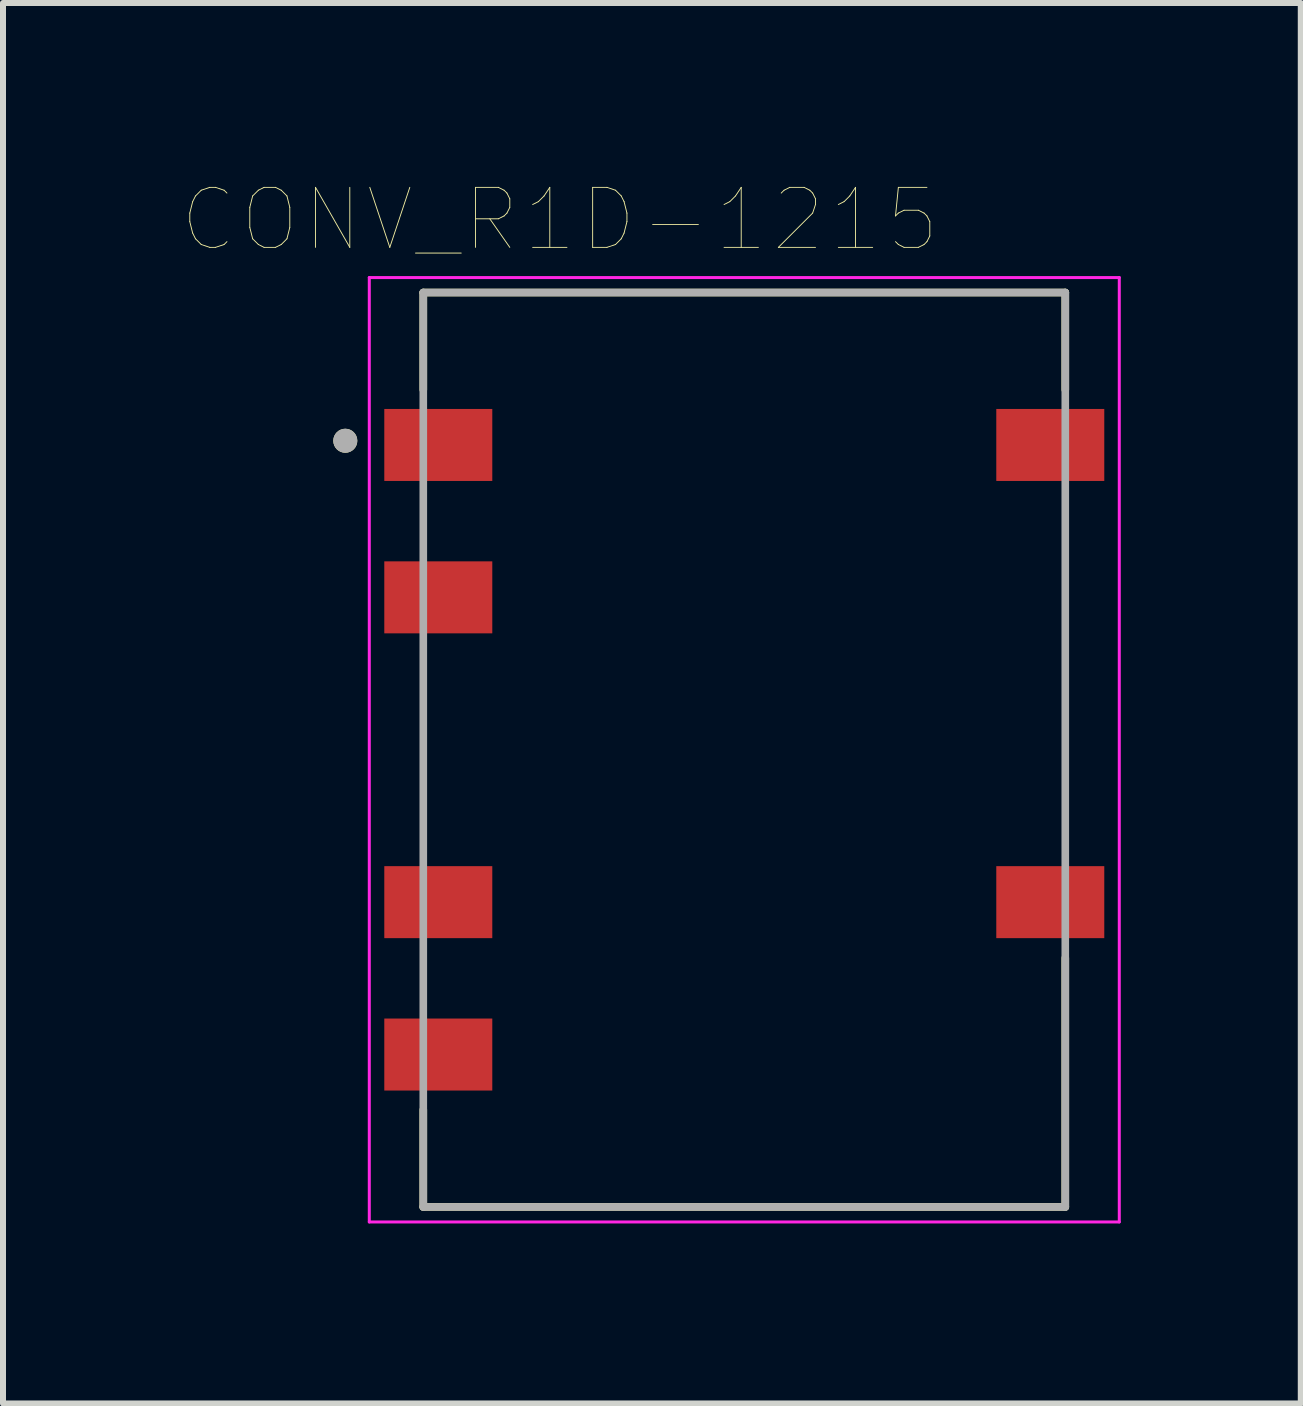
<source format=kicad_pcb>
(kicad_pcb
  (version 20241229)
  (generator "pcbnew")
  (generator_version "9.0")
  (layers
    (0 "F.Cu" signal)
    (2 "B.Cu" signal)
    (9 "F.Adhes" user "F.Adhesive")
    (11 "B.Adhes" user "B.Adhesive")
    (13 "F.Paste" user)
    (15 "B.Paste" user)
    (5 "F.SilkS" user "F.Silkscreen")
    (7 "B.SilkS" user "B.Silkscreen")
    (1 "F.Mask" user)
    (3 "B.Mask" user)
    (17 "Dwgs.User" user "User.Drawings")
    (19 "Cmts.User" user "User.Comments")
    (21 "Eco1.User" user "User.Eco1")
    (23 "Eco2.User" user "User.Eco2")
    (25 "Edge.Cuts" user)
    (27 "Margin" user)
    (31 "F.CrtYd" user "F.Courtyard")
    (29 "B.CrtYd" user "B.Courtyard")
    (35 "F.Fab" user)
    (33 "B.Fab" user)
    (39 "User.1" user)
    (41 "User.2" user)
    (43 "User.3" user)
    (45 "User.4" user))
  (footprint "CONV_R1D-1215"
    (layer "F.Cu")
    (at 9.355 9.446)
    (property "Reference" "CONV_R1D-1215" (at -3.075 -8.835 0) (layer "F.SilkS") (effects (font (size 1 1) (thickness 0.015))))
    (attr through_hole)
    (fp_line (start -5.35 -7.62) (end 5.35 -7.62) (stroke (width 0.127) (type solid)) (layer "F.SilkS"))
    (fp_line (start -5.35 -6) (end -5.35 -7.62) (stroke (width 0.127) (type solid)) (layer "F.SilkS"))
    (fp_line (start -5.35 6) (end -5.35 7.62) (stroke (width 0.127) (type solid)) (layer "F.SilkS"))
    (fp_line (start -5.35 7.62) (end 5.35 7.62) (stroke (width 0.127) (type solid)) (layer "F.SilkS"))
    (fp_line (start 5.35 -7.62) (end 5.35 -6) (stroke (width 0.127) (type solid)) (layer "F.SilkS"))
    (fp_line (start 5.35 7.62) (end 5.35 3.47) (stroke (width 0.127) (type solid)) (layer "F.SilkS"))
    (fp_circle (center -6.65 -5.15) (end -6.55 -5.15) (stroke (width 0.2) (type solid)) (fill no) (layer "F.SilkS"))
    (fp_line (start -6.25 -7.87) (end 6.25 -7.87) (stroke (width 0.05) (type solid)) (layer "F.CrtYd"))
    (fp_line (start -6.25 7.87) (end -6.25 -7.87) (stroke (width 0.05) (type solid)) (layer "F.CrtYd"))
    (fp_line (start 6.25 -7.87) (end 6.25 7.87) (stroke (width 0.05) (type solid)) (layer "F.CrtYd"))
    (fp_line (start 6.25 7.87) (end -6.25 7.87) (stroke (width 0.05) (type solid)) (layer "F.CrtYd"))
    (fp_line (start -5.35 -7.62) (end 5.35 -7.62) (stroke (width 0.127) (type solid)) (layer "F.Fab"))
    (fp_line (start -5.35 7.62) (end -5.35 -7.62) (stroke (width 0.127) (type solid)) (layer "F.Fab"))
    (fp_line (start 5.35 -7.62) (end 5.35 7.62) (stroke (width 0.127) (type solid)) (layer "F.Fab"))
    (fp_line (start 5.35 7.62) (end -5.35 7.62) (stroke (width 0.127) (type solid)) (layer "F.Fab"))
    (fp_circle (center -6.65 -5.15) (end -6.55 -5.15) (stroke (width 0.2) (type solid)) (fill no) (layer "F.Fab"))
    (pad "1" smd rect (at -5.1 -5.08) (size 1.8 1.2) (layers "F.Cu" "F.Mask" "F.Paste"))
    (pad "2" smd rect (at -5.1 -2.54) (size 1.8 1.2) (layers "F.Cu" "F.Mask" "F.Paste"))
    (pad "4" smd rect (at -5.1 2.54) (size 1.8 1.2) (layers "F.Cu" "F.Mask" "F.Paste"))
    (pad "5" smd rect (at -5.1 5.08) (size 1.8 1.2) (layers "F.Cu" "F.Mask" "F.Paste"))
    (pad "7" smd rect (at 5.1 2.54) (size 1.8 1.2) (layers "F.Cu" "F.Mask" "F.Paste"))
    (pad "10" smd rect (at 5.1 -5.08) (size 1.8 1.2) (layers "F.Cu" "F.Mask" "F.Paste")))
  (gr_rect
    (start -3 -3)
    (end 18.63 20.341)
    (stroke (width 0.1) (type default))
    (fill no)
    (layer "Edge.Cuts")))
</source>
